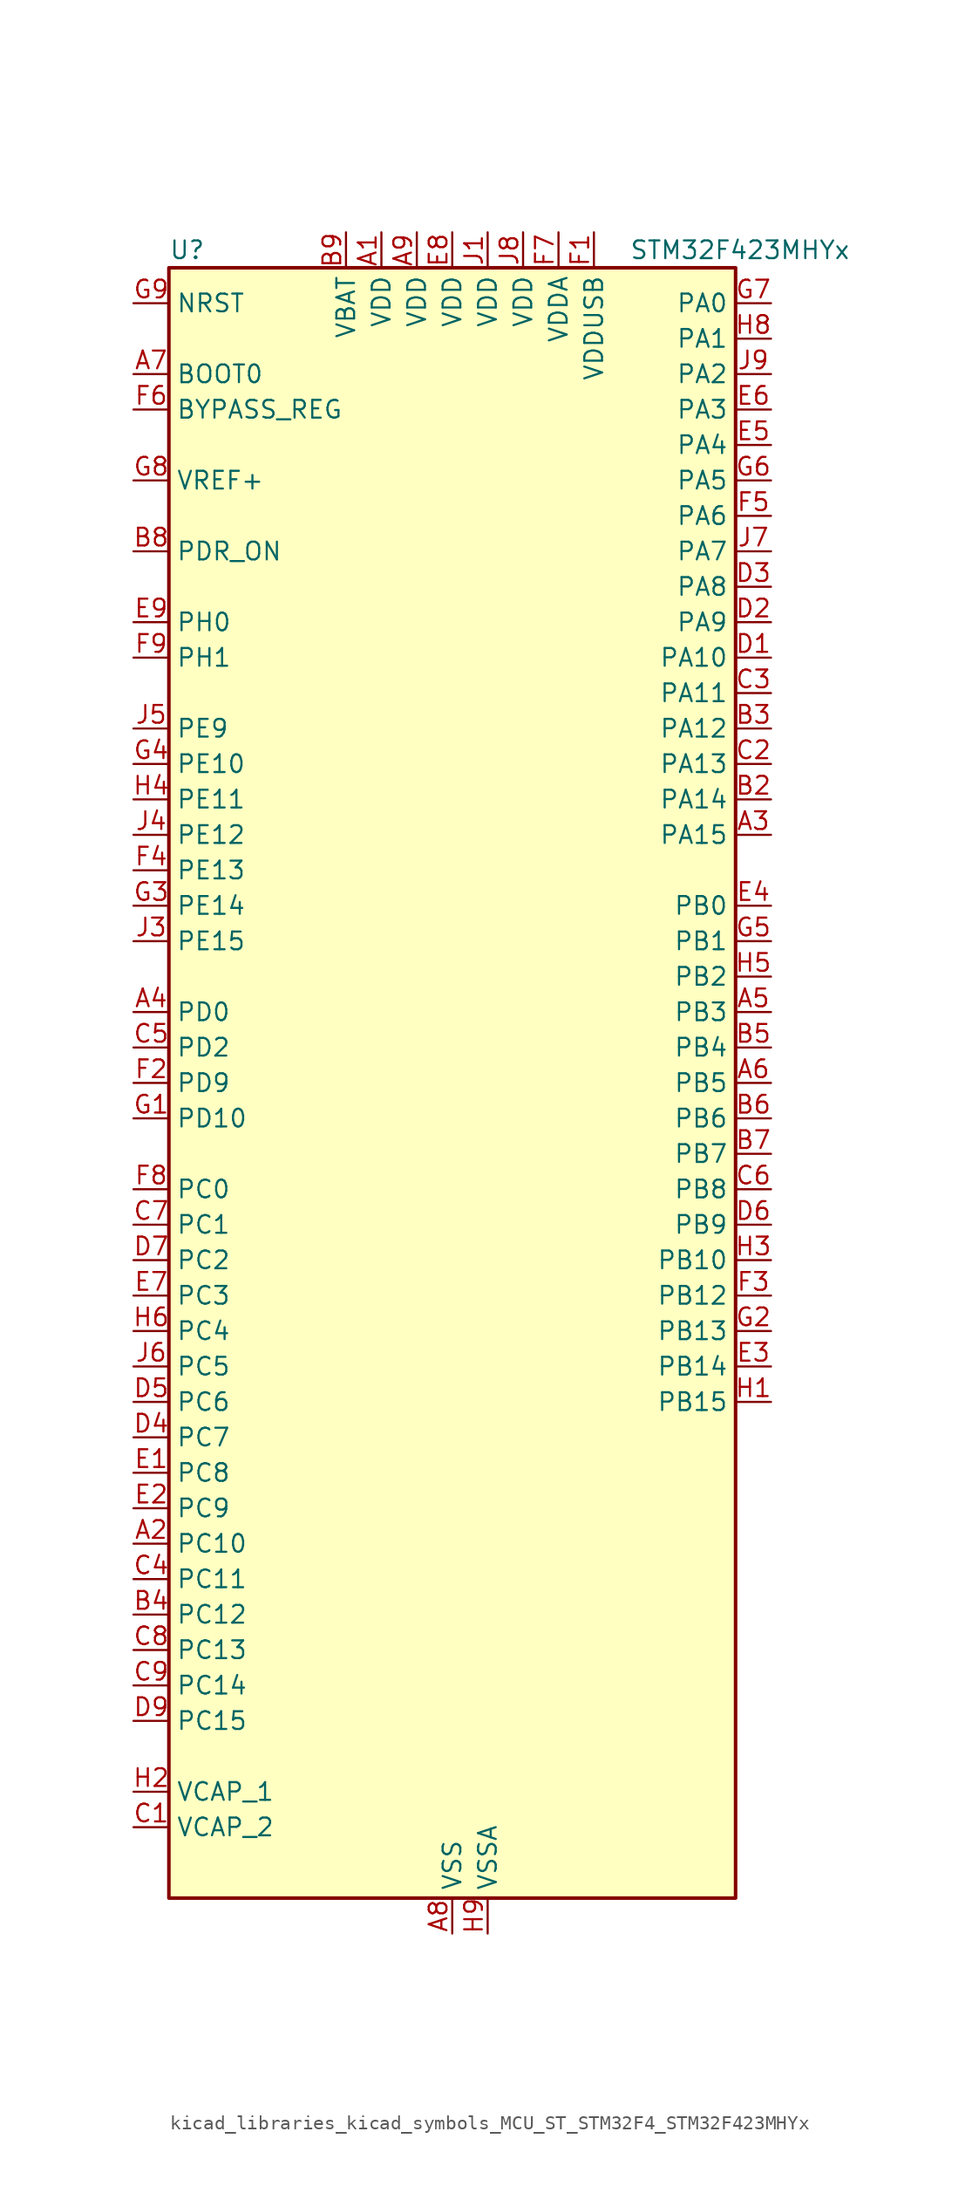
<source format=kicad_sym>
(kicad_symbol_lib
  (version 20220914)
  (generator kicad_symbol_editor)
  (symbol "kicad_libraries_kicad_symbols_MCU_ST_STM32F4_STM32F423MHYx"
    (property "Reference" "U"
      (at -20.32 59.69 0)
      (effects (font (size 1.27 1.27)) (justify left)))
    (property "Value" "STM32F423MHYx"
      (at 12.7 59.69 0)
      (effects (font (size 1.27 1.27)) (justify left)))
    (property "ki_locked" ""
      (at 0 0 0)
      (effects (font (size 1.27 1.27))))
    (symbol "kicad_libraries_kicad_symbols_MCU_ST_STM32F4_STM32F423MHYx_0_1"
      (rectangle (start -20.32 -58.42) (end 20.32 58.42) (stroke (width 0.254) (type default)) (fill (type background))))
    (symbol "kicad_libraries_kicad_symbols_MCU_ST_STM32F4_STM32F423MHYx_1_1"
      (pin power_in line (at -5.08 60.96 270) (length 2.54) (name "VDD" (effects (font (size 1.27 1.27)))) (number "A1" (effects (font (size 1.27 1.27)))))
      (pin bidirectional line (at -22.86 -33.02 0) (length 2.54) (name "PC10" (effects (font (size 1.27 1.27)))) (number "A2" (effects (font (size 1.27 1.27)))) (alternate "DFSDM2_CKIN5" bidirectional line) (alternate "I2S3_CK" bidirectional line) (alternate "QUADSPI_BK1_IO1" bidirectional line) (alternate "SDIO_D2" bidirectional line) (alternate "SPI3_SCK" bidirectional line) (alternate "USART3_TX" bidirectional line))
      (pin bidirectional line (at 22.86 17.78 180) (length 2.54) (name "PA15" (effects (font (size 1.27 1.27)))) (number "A3" (effects (font (size 1.27 1.27)))) (alternate "ADC1_EXTI15" bidirectional line) (alternate "CAN3_TX" bidirectional line) (alternate "I2S1_WS" bidirectional line) (alternate "I2S3_WS" bidirectional line) (alternate "SAI1_MCLK_A" bidirectional line) (alternate "SPI1_NSS" bidirectional line) (alternate "SPI3_NSS" bidirectional line) (alternate "SYS_JTDI" bidirectional line) (alternate "TIM2_CH1" bidirectional line) (alternate "TIM2_ETR" bidirectional line) (alternate "UART7_TX" bidirectional line) (alternate "USART1_TX" bidirectional line))
      (pin bidirectional line (at -22.86 5.08 0) (length 2.54) (name "PD0" (effects (font (size 1.27 1.27)))) (number "A4" (effects (font (size 1.27 1.27)))) (alternate "CAN1_RX" bidirectional line) (alternate "DFSDM2_CKIN6" bidirectional line) (alternate "FSMC_D2" bidirectional line) (alternate "FSMC_DA2" bidirectional line) (alternate "UART4_RX" bidirectional line))
      (pin bidirectional line (at 22.86 5.08 180) (length 2.54) (name "PB3" (effects (font (size 1.27 1.27)))) (number "A5" (effects (font (size 1.27 1.27)))) (alternate "CAN3_RX" bidirectional line) (alternate "FMPI2C1_SDA" bidirectional line) (alternate "I2C2_SDA" bidirectional line) (alternate "I2S1_CK" bidirectional line) (alternate "I2S3_CK" bidirectional line) (alternate "SAI1_SD_A" bidirectional line) (alternate "SPI1_SCK" bidirectional line) (alternate "SPI3_SCK" bidirectional line) (alternate "SYS_JTDO-SWO" bidirectional line) (alternate "TIM2_CH2" bidirectional line) (alternate "UART7_RX" bidirectional line) (alternate "USART1_RX" bidirectional line))
      (pin bidirectional line (at 22.86 0 180) (length 2.54) (name "PB5" (effects (font (size 1.27 1.27)))) (number "A6" (effects (font (size 1.27 1.27)))) (alternate "CAN2_RX" bidirectional line) (alternate "I2C1_SMBA" bidirectional line) (alternate "I2S1_SD" bidirectional line) (alternate "I2S3_SD" bidirectional line) (alternate "LPTIM1_IN1" bidirectional line) (alternate "SAI1_FS_A" bidirectional line) (alternate "SDIO_D3" bidirectional line) (alternate "SPI1_MOSI" bidirectional line) (alternate "SPI3_MOSI" bidirectional line) (alternate "TIM3_CH2" bidirectional line) (alternate "UART5_RX" bidirectional line))
      (pin input line (at -22.86 50.8 0) (length 2.54) (name "BOOT0" (effects (font (size 1.27 1.27)))) (number "A7" (effects (font (size 1.27 1.27)))))
      (pin power_in line (at 0 -60.96 90) (length 2.54) (name "VSS" (effects (font (size 1.27 1.27)))) (number "A8" (effects (font (size 1.27 1.27)))))
      (pin power_in line (at -2.54 60.96 270) (length 2.54) (name "VDD" (effects (font (size 1.27 1.27)))) (number "A9" (effects (font (size 1.27 1.27)))))
      (pin passive line (at 0 -60.96 90) (length 2.54) hide (name "VSS" (effects (font (size 1.27 1.27)))) (number "B1" (effects (font (size 1.27 1.27)))))
      (pin bidirectional line (at 22.86 20.32 180) (length 2.54) (name "PA14" (effects (font (size 1.27 1.27)))) (number "B2" (effects (font (size 1.27 1.27)))) (alternate "SYS_JTCK-SWCLK" bidirectional line))
      (pin bidirectional line (at 22.86 25.4 180) (length 2.54) (name "PA12" (effects (font (size 1.27 1.27)))) (number "B3" (effects (font (size 1.27 1.27)))) (alternate "CAN1_TX" bidirectional line) (alternate "DFSDM2_DATIN5" bidirectional line) (alternate "SPI2_MISO" bidirectional line) (alternate "SPI5_MISO" bidirectional line) (alternate "TIM1_ETR" bidirectional line) (alternate "UART4_TX" bidirectional line) (alternate "USART1_RTS" bidirectional line) (alternate "USART6_RX" bidirectional line) (alternate "USB_OTG_FS_DP" bidirectional line))
      (pin bidirectional line (at -22.86 -38.1 0) (length 2.54) (name "PC12" (effects (font (size 1.27 1.27)))) (number "B4" (effects (font (size 1.27 1.27)))) (alternate "FSMC_D3" bidirectional line) (alternate "FSMC_DA3" bidirectional line) (alternate "I2S3_SD" bidirectional line) (alternate "SDIO_CK" bidirectional line) (alternate "SPI3_MOSI" bidirectional line) (alternate "UART5_TX" bidirectional line) (alternate "USART3_CK" bidirectional line))
      (pin bidirectional line (at 22.86 2.54 180) (length 2.54) (name "PB4" (effects (font (size 1.27 1.27)))) (number "B5" (effects (font (size 1.27 1.27)))) (alternate "CAN3_TX" bidirectional line) (alternate "I2C3_SDA" bidirectional line) (alternate "I2S3_ext_SD" bidirectional line) (alternate "SAI1_SCK_A" bidirectional line) (alternate "SDIO_D0" bidirectional line) (alternate "SPI1_MISO" bidirectional line) (alternate "SPI3_MISO" bidirectional line) (alternate "SYS_JTRST" bidirectional line) (alternate "TIM3_CH1" bidirectional line) (alternate "UART7_TX" bidirectional line))
      (pin bidirectional line (at 22.86 -2.54 180) (length 2.54) (name "PB6" (effects (font (size 1.27 1.27)))) (number "B6" (effects (font (size 1.27 1.27)))) (alternate "CAN2_TX" bidirectional line) (alternate "DFSDM2_CKIN7" bidirectional line) (alternate "I2C1_SCL" bidirectional line) (alternate "LPTIM1_ETR" bidirectional line) (alternate "QUADSPI_BK1_NCS" bidirectional line) (alternate "SDIO_D0" bidirectional line) (alternate "TIM4_CH1" bidirectional line) (alternate "UART5_TX" bidirectional line) (alternate "USART1_TX" bidirectional line))
      (pin bidirectional line (at 22.86 -5.08 180) (length 2.54) (name "PB7" (effects (font (size 1.27 1.27)))) (number "B7" (effects (font (size 1.27 1.27)))) (alternate "DFSDM2_DATIN7" bidirectional line) (alternate "FSMC_NL" bidirectional line) (alternate "I2C1_SDA" bidirectional line) (alternate "LPTIM1_IN2" bidirectional line) (alternate "TIM4_CH2" bidirectional line) (alternate "USART1_RX" bidirectional line))
      (pin input line (at -22.86 38.1 0) (length 2.54) (name "PDR_ON" (effects (font (size 1.27 1.27)))) (number "B8" (effects (font (size 1.27 1.27)))))
      (pin power_in line (at -7.62 60.96 270) (length 2.54) (name "VBAT" (effects (font (size 1.27 1.27)))) (number "B9" (effects (font (size 1.27 1.27)))))
      (pin power_out line (at -22.86 -53.34 0) (length 2.54) (name "VCAP_2" (effects (font (size 1.27 1.27)))) (number "C1" (effects (font (size 1.27 1.27)))))
      (pin bidirectional line (at 22.86 22.86 180) (length 2.54) (name "PA13" (effects (font (size 1.27 1.27)))) (number "C2" (effects (font (size 1.27 1.27)))) (alternate "SYS_JTMS-SWDIO" bidirectional line))
      (pin bidirectional line (at 22.86 27.94 180) (length 2.54) (name "PA11" (effects (font (size 1.27 1.27)))) (number "C3" (effects (font (size 1.27 1.27)))) (alternate "ADC1_EXTI11" bidirectional line) (alternate "CAN1_RX" bidirectional line) (alternate "DFSDM2_CKIN5" bidirectional line) (alternate "I2S2_WS" bidirectional line) (alternate "SPI2_NSS" bidirectional line) (alternate "SPI4_MISO" bidirectional line) (alternate "TIM1_CH4" bidirectional line) (alternate "UART4_RX" bidirectional line) (alternate "USART1_CTS" bidirectional line) (alternate "USART6_TX" bidirectional line) (alternate "USB_OTG_FS_DM" bidirectional line))
      (pin bidirectional line (at -22.86 -35.56 0) (length 2.54) (name "PC11" (effects (font (size 1.27 1.27)))) (number "C4" (effects (font (size 1.27 1.27)))) (alternate "ADC1_EXTI11" bidirectional line) (alternate "DFSDM2_DATIN5" bidirectional line) (alternate "FSMC_D2" bidirectional line) (alternate "FSMC_DA2" bidirectional line) (alternate "I2S3_ext_SD" bidirectional line) (alternate "QUADSPI_BK2_NCS" bidirectional line) (alternate "SDIO_D3" bidirectional line) (alternate "SPI3_MISO" bidirectional line) (alternate "UART4_RX" bidirectional line) (alternate "USART3_RX" bidirectional line))
      (pin bidirectional line (at -22.86 2.54 0) (length 2.54) (name "PD2" (effects (font (size 1.27 1.27)))) (number "C5" (effects (font (size 1.27 1.27)))) (alternate "DFSDM2_CKOUT" bidirectional line) (alternate "FSMC_NWE" bidirectional line) (alternate "SDIO_CMD" bidirectional line) (alternate "TIM3_ETR" bidirectional line) (alternate "UART5_RX" bidirectional line))
      (pin bidirectional line (at 22.86 -7.62 180) (length 2.54) (name "PB8" (effects (font (size 1.27 1.27)))) (number "C6" (effects (font (size 1.27 1.27)))) (alternate "CAN1_RX" bidirectional line) (alternate "DFSDM2_CKIN1" bidirectional line) (alternate "I2C1_SCL" bidirectional line) (alternate "I2C3_SDA" bidirectional line) (alternate "I2S5_SD" bidirectional line) (alternate "LPTIM1_OUT" bidirectional line) (alternate "SDIO_D4" bidirectional line) (alternate "SPI5_MOSI" bidirectional line) (alternate "TIM10_CH1" bidirectional line) (alternate "TIM4_CH3" bidirectional line) (alternate "UART5_RX" bidirectional line))
      (pin bidirectional line (at -22.86 -10.16 0) (length 2.54) (name "PC1" (effects (font (size 1.27 1.27)))) (number "C7" (effects (font (size 1.27 1.27)))) (alternate "ADC1_IN11" bidirectional line) (alternate "DFSDM2_DATIN4" bidirectional line) (alternate "LPTIM1_OUT" bidirectional line) (alternate "SAI1_SD_B" bidirectional line) (alternate "SYS_WKUP3" bidirectional line))
      (pin bidirectional line (at -22.86 -40.64 0) (length 2.54) (name "PC13" (effects (font (size 1.27 1.27)))) (number "C8" (effects (font (size 1.27 1.27)))) (alternate "RTC_AF1" bidirectional line))
      (pin bidirectional line (at -22.86 -43.18 0) (length 2.54) (name "PC14" (effects (font (size 1.27 1.27)))) (number "C9" (effects (font (size 1.27 1.27)))) (alternate "RCC_OSC32_IN" bidirectional line))
      (pin bidirectional line (at 22.86 30.48 180) (length 2.54) (name "PA10" (effects (font (size 1.27 1.27)))) (number "D1" (effects (font (size 1.27 1.27)))) (alternate "DFSDM2_DATIN3" bidirectional line) (alternate "I2S2_SD" bidirectional line) (alternate "I2S5_SD" bidirectional line) (alternate "SPI2_MOSI" bidirectional line) (alternate "SPI5_MOSI" bidirectional line) (alternate "TIM1_CH3" bidirectional line) (alternate "USART1_RX" bidirectional line) (alternate "USB_OTG_FS_ID" bidirectional line))
      (pin bidirectional line (at 22.86 33.02 180) (length 2.54) (name "PA9" (effects (font (size 1.27 1.27)))) (number "D2" (effects (font (size 1.27 1.27)))) (alternate "DAC_EXTI9" bidirectional line) (alternate "DFSDM2_CKIN3" bidirectional line) (alternate "I2C3_SMBA" bidirectional line) (alternate "I2S2_CK" bidirectional line) (alternate "SDIO_D2" bidirectional line) (alternate "SPI2_SCK" bidirectional line) (alternate "TIM1_CH2" bidirectional line) (alternate "USART1_TX" bidirectional line) (alternate "USB_OTG_FS_VBUS" bidirectional line))
      (pin bidirectional line (at 22.86 35.56 180) (length 2.54) (name "PA8" (effects (font (size 1.27 1.27)))) (number "D3" (effects (font (size 1.27 1.27)))) (alternate "CAN3_RX" bidirectional line) (alternate "DFSDM1_CKOUT" bidirectional line) (alternate "I2C3_SCL" bidirectional line) (alternate "RCC_MCO_1" bidirectional line) (alternate "SDIO_D1" bidirectional line) (alternate "TIM1_CH1" bidirectional line) (alternate "UART7_RX" bidirectional line) (alternate "USART1_CK" bidirectional line) (alternate "USB_OTG_FS_SOF" bidirectional line))
      (pin bidirectional line (at -22.86 -25.4 0) (length 2.54) (name "PC7" (effects (font (size 1.27 1.27)))) (number "D4" (effects (font (size 1.27 1.27)))) (alternate "DFSDM1_DATIN3" bidirectional line) (alternate "DFSDM2_CKIN6" bidirectional line) (alternate "FMPI2C1_SDA" bidirectional line) (alternate "I2S2_CK" bidirectional line) (alternate "I2S3_MCK" bidirectional line) (alternate "SDIO_D7" bidirectional line) (alternate "SPI2_SCK" bidirectional line) (alternate "TIM3_CH2" bidirectional line) (alternate "TIM8_CH2" bidirectional line) (alternate "USART6_RX" bidirectional line))
      (pin bidirectional line (at -22.86 -22.86 0) (length 2.54) (name "PC6" (effects (font (size 1.27 1.27)))) (number "D5" (effects (font (size 1.27 1.27)))) (alternate "DFSDM1_CKIN3" bidirectional line) (alternate "DFSDM2_DATIN6" bidirectional line) (alternate "FMPI2C1_SCL" bidirectional line) (alternate "FSMC_D1" bidirectional line) (alternate "FSMC_DA1" bidirectional line) (alternate "I2S2_MCK" bidirectional line) (alternate "SDIO_D6" bidirectional line) (alternate "TIM3_CH1" bidirectional line) (alternate "TIM8_CH1" bidirectional line) (alternate "USART6_TX" bidirectional line))
      (pin bidirectional line (at 22.86 -10.16 180) (length 2.54) (name "PB9" (effects (font (size 1.27 1.27)))) (number "D6" (effects (font (size 1.27 1.27)))) (alternate "CAN1_TX" bidirectional line) (alternate "DAC_EXTI9" bidirectional line) (alternate "DFSDM2_DATIN1" bidirectional line) (alternate "I2C1_SDA" bidirectional line) (alternate "I2C2_SDA" bidirectional line) (alternate "I2S2_WS" bidirectional line) (alternate "SDIO_D5" bidirectional line) (alternate "SPI2_NSS" bidirectional line) (alternate "TIM11_CH1" bidirectional line) (alternate "TIM4_CH4" bidirectional line) (alternate "UART5_TX" bidirectional line))
      (pin bidirectional line (at -22.86 -12.7 0) (length 2.54) (name "PC2" (effects (font (size 1.27 1.27)))) (number "D7" (effects (font (size 1.27 1.27)))) (alternate "ADC1_IN12" bidirectional line) (alternate "DFSDM1_CKOUT" bidirectional line) (alternate "DFSDM2_DATIN7" bidirectional line) (alternate "FSMC_NWE" bidirectional line) (alternate "I2S2_ext_SD" bidirectional line) (alternate "LPTIM1_IN2" bidirectional line) (alternate "SAI1_SCK_B" bidirectional line) (alternate "SPI2_MISO" bidirectional line))
      (pin passive line (at 0 -60.96 90) (length 2.54) hide (name "VSS" (effects (font (size 1.27 1.27)))) (number "D8" (effects (font (size 1.27 1.27)))))
      (pin bidirectional line (at -22.86 -45.72 0) (length 2.54) (name "PC15" (effects (font (size 1.27 1.27)))) (number "D9" (effects (font (size 1.27 1.27)))) (alternate "ADC1_EXTI15" bidirectional line) (alternate "RCC_OSC32_OUT" bidirectional line))
      (pin bidirectional line (at -22.86 -27.94 0) (length 2.54) (name "PC8" (effects (font (size 1.27 1.27)))) (number "E1" (effects (font (size 1.27 1.27)))) (alternate "DFSDM2_CKIN3" bidirectional line) (alternate "QUADSPI_BK1_IO2" bidirectional line) (alternate "SDIO_D0" bidirectional line) (alternate "TIM3_CH3" bidirectional line) (alternate "TIM8_CH3" bidirectional line) (alternate "USART6_CK" bidirectional line))
      (pin bidirectional line (at -22.86 -30.48 0) (length 2.54) (name "PC9" (effects (font (size 1.27 1.27)))) (number "E2" (effects (font (size 1.27 1.27)))) (alternate "DAC_EXTI9" bidirectional line) (alternate "DFSDM2_DATIN3" bidirectional line) (alternate "I2C3_SDA" bidirectional line) (alternate "I2S_CKIN" bidirectional line) (alternate "QUADSPI_BK1_IO0" bidirectional line) (alternate "RCC_MCO_2" bidirectional line) (alternate "SDIO_D1" bidirectional line) (alternate "TIM3_CH4" bidirectional line) (alternate "TIM8_CH4" bidirectional line))
      (pin bidirectional line (at 22.86 -20.32 180) (length 2.54) (name "PB14" (effects (font (size 1.27 1.27)))) (number "E3" (effects (font (size 1.27 1.27)))) (alternate "DFSDM1_DATIN2" bidirectional line) (alternate "FMPI2C1_SDA" bidirectional line) (alternate "FSMC_D0" bidirectional line) (alternate "FSMC_DA0" bidirectional line) (alternate "I2S2_ext_SD" bidirectional line) (alternate "SDIO_D6" bidirectional line) (alternate "SPI2_MISO" bidirectional line) (alternate "TIM12_CH1" bidirectional line) (alternate "TIM1_CH2N" bidirectional line) (alternate "TIM8_CH2N" bidirectional line) (alternate "USART3_RTS" bidirectional line))
      (pin bidirectional line (at 22.86 12.7 180) (length 2.54) (name "PB0" (effects (font (size 1.27 1.27)))) (number "E4" (effects (font (size 1.27 1.27)))) (alternate "ADC1_IN8" bidirectional line) (alternate "I2S5_CK" bidirectional line) (alternate "SPI5_SCK" bidirectional line) (alternate "TIM1_CH2N" bidirectional line) (alternate "TIM3_CH3" bidirectional line) (alternate "TIM8_CH2N" bidirectional line))
      (pin bidirectional line (at 22.86 45.72 180) (length 2.54) (name "PA4" (effects (font (size 1.27 1.27)))) (number "E5" (effects (font (size 1.27 1.27)))) (alternate "ADC1_IN4" bidirectional line) (alternate "DAC_OUT1" bidirectional line) (alternate "DFSDM1_DATIN1" bidirectional line) (alternate "FSMC_D6" bidirectional line) (alternate "FSMC_DA6" bidirectional line) (alternate "I2S1_WS" bidirectional line) (alternate "I2S3_WS" bidirectional line) (alternate "SPI1_NSS" bidirectional line) (alternate "SPI3_NSS" bidirectional line) (alternate "USART2_CK" bidirectional line))
      (pin bidirectional line (at 22.86 48.26 180) (length 2.54) (name "PA3" (effects (font (size 1.27 1.27)))) (number "E6" (effects (font (size 1.27 1.27)))) (alternate "ADC1_IN3" bidirectional line) (alternate "FSMC_D5" bidirectional line) (alternate "FSMC_DA5" bidirectional line) (alternate "I2S2_MCK" bidirectional line) (alternate "SAI1_SD_B" bidirectional line) (alternate "TIM2_CH4" bidirectional line) (alternate "TIM5_CH4" bidirectional line) (alternate "TIM9_CH2" bidirectional line) (alternate "USART2_RX" bidirectional line))
      (pin bidirectional line (at -22.86 -15.24 0) (length 2.54) (name "PC3" (effects (font (size 1.27 1.27)))) (number "E7" (effects (font (size 1.27 1.27)))) (alternate "ADC1_IN13" bidirectional line) (alternate "DFSDM2_CKIN7" bidirectional line) (alternate "FSMC_A0" bidirectional line) (alternate "I2S2_SD" bidirectional line) (alternate "LPTIM1_ETR" bidirectional line) (alternate "SAI1_FS_B" bidirectional line) (alternate "SPI2_MOSI" bidirectional line))
      (pin power_in line (at 0 60.96 270) (length 2.54) (name "VDD" (effects (font (size 1.27 1.27)))) (number "E8" (effects (font (size 1.27 1.27)))))
      (pin bidirectional line (at -22.86 33.02 0) (length 2.54) (name "PH0" (effects (font (size 1.27 1.27)))) (number "E9" (effects (font (size 1.27 1.27)))) (alternate "RCC_OSC_IN" bidirectional line))
      (pin power_in line (at 10.16 60.96 270) (length 2.54) (name "VDDUSB" (effects (font (size 1.27 1.27)))) (number "F1" (effects (font (size 1.27 1.27)))))
      (pin bidirectional line (at -22.86 0 0) (length 2.54) (name "PD9" (effects (font (size 1.27 1.27)))) (number "F2" (effects (font (size 1.27 1.27)))) (alternate "DAC_EXTI9" bidirectional line) (alternate "FSMC_D14" bidirectional line) (alternate "FSMC_DA14" bidirectional line) (alternate "USART3_RX" bidirectional line))
      (pin bidirectional line (at 22.86 -15.24 180) (length 2.54) (name "PB12" (effects (font (size 1.27 1.27)))) (number "F3" (effects (font (size 1.27 1.27)))) (alternate "CAN2_RX" bidirectional line) (alternate "DFSDM1_DATIN1" bidirectional line) (alternate "FSMC_D13" bidirectional line) (alternate "FSMC_DA13" bidirectional line) (alternate "I2C2_SMBA" bidirectional line) (alternate "I2S2_WS" bidirectional line) (alternate "I2S3_CK" bidirectional line) (alternate "I2S4_WS" bidirectional line) (alternate "SPI2_NSS" bidirectional line) (alternate "SPI3_SCK" bidirectional line) (alternate "SPI4_NSS" bidirectional line) (alternate "TIM1_BKIN" bidirectional line) (alternate "UART5_RX" bidirectional line) (alternate "USART3_CK" bidirectional line))
      (pin bidirectional line (at -22.86 15.24 0) (length 2.54) (name "PE13" (effects (font (size 1.27 1.27)))) (number "F4" (effects (font (size 1.27 1.27)))) (alternate "DFSDM2_CKIN7" bidirectional line) (alternate "FSMC_D10" bidirectional line) (alternate "FSMC_DA10" bidirectional line) (alternate "SPI4_MISO" bidirectional line) (alternate "SPI5_MISO" bidirectional line) (alternate "TIM1_CH3" bidirectional line))
      (pin bidirectional line (at 22.86 40.64 180) (length 2.54) (name "PA6" (effects (font (size 1.27 1.27)))) (number "F5" (effects (font (size 1.27 1.27)))) (alternate "ADC1_IN6" bidirectional line) (alternate "DFSDM2_CKIN1" bidirectional line) (alternate "I2S2_MCK" bidirectional line) (alternate "QUADSPI_BK2_IO0" bidirectional line) (alternate "SDIO_CMD" bidirectional line) (alternate "SPI1_MISO" bidirectional line) (alternate "TIM13_CH1" bidirectional line) (alternate "TIM1_BKIN" bidirectional line) (alternate "TIM3_CH1" bidirectional line) (alternate "TIM8_BKIN" bidirectional line))
      (pin input line (at -22.86 48.26 0) (length 2.54) (name "BYPASS_REG" (effects (font (size 1.27 1.27)))) (number "F6" (effects (font (size 1.27 1.27)))))
      (pin power_in line (at 7.62 60.96 270) (length 2.54) (name "VDDA" (effects (font (size 1.27 1.27)))) (number "F7" (effects (font (size 1.27 1.27)))))
      (pin bidirectional line (at -22.86 -7.62 0) (length 2.54) (name "PC0" (effects (font (size 1.27 1.27)))) (number "F8" (effects (font (size 1.27 1.27)))) (alternate "ADC1_IN10" bidirectional line) (alternate "DFSDM2_CKIN4" bidirectional line) (alternate "LPTIM1_IN1" bidirectional line) (alternate "SAI1_MCLK_B" bidirectional line) (alternate "SYS_WKUP2" bidirectional line))
      (pin bidirectional line (at -22.86 30.48 0) (length 2.54) (name "PH1" (effects (font (size 1.27 1.27)))) (number "F9" (effects (font (size 1.27 1.27)))) (alternate "RCC_OSC_OUT" bidirectional line))
      (pin bidirectional line (at -22.86 -2.54 0) (length 2.54) (name "PD10" (effects (font (size 1.27 1.27)))) (number "G1" (effects (font (size 1.27 1.27)))) (alternate "FSMC_D15" bidirectional line) (alternate "FSMC_DA15" bidirectional line) (alternate "UART4_TX" bidirectional line) (alternate "USART3_CK" bidirectional line))
      (pin bidirectional line (at 22.86 -17.78 180) (length 2.54) (name "PB13" (effects (font (size 1.27 1.27)))) (number "G2" (effects (font (size 1.27 1.27)))) (alternate "CAN2_TX" bidirectional line) (alternate "DFSDM1_CKIN1" bidirectional line) (alternate "FMPI2C1_SMBA" bidirectional line) (alternate "I2S2_CK" bidirectional line) (alternate "I2S4_CK" bidirectional line) (alternate "SPI2_SCK" bidirectional line) (alternate "SPI4_SCK" bidirectional line) (alternate "TIM1_CH1N" bidirectional line) (alternate "UART5_TX" bidirectional line) (alternate "USART3_CTS" bidirectional line))
      (pin bidirectional line (at -22.86 12.7 0) (length 2.54) (name "PE14" (effects (font (size 1.27 1.27)))) (number "G3" (effects (font (size 1.27 1.27)))) (alternate "DFSDM2_DATIN1" bidirectional line) (alternate "FSMC_D11" bidirectional line) (alternate "FSMC_DA11" bidirectional line) (alternate "I2S4_SD" bidirectional line) (alternate "I2S5_SD" bidirectional line) (alternate "SPI4_MOSI" bidirectional line) (alternate "SPI5_MOSI" bidirectional line) (alternate "TIM1_CH4" bidirectional line))
      (pin bidirectional line (at -22.86 22.86 0) (length 2.54) (name "PE10" (effects (font (size 1.27 1.27)))) (number "G4" (effects (font (size 1.27 1.27)))) (alternate "DFSDM2_DATIN0" bidirectional line) (alternate "FSMC_D7" bidirectional line) (alternate "FSMC_DA7" bidirectional line) (alternate "QUADSPI_BK2_IO3" bidirectional line) (alternate "TIM1_CH2N" bidirectional line))
      (pin bidirectional line (at 22.86 10.16 180) (length 2.54) (name "PB1" (effects (font (size 1.27 1.27)))) (number "G5" (effects (font (size 1.27 1.27)))) (alternate "ADC1_IN9" bidirectional line) (alternate "DFSDM1_DATIN0" bidirectional line) (alternate "I2S5_WS" bidirectional line) (alternate "QUADSPI_CLK" bidirectional line) (alternate "SPI5_NSS" bidirectional line) (alternate "TIM1_CH3N" bidirectional line) (alternate "TIM3_CH4" bidirectional line) (alternate "TIM8_CH3N" bidirectional line))
      (pin bidirectional line (at 22.86 43.18 180) (length 2.54) (name "PA5" (effects (font (size 1.27 1.27)))) (number "G6" (effects (font (size 1.27 1.27)))) (alternate "ADC1_IN5" bidirectional line) (alternate "DAC_OUT2" bidirectional line) (alternate "DFSDM1_CKIN1" bidirectional line) (alternate "FSMC_D7" bidirectional line) (alternate "FSMC_DA7" bidirectional line) (alternate "I2S1_CK" bidirectional line) (alternate "SPI1_SCK" bidirectional line) (alternate "TIM2_CH1" bidirectional line) (alternate "TIM2_ETR" bidirectional line) (alternate "TIM8_CH1N" bidirectional line))
      (pin bidirectional line (at 22.86 55.88 180) (length 2.54) (name "PA0" (effects (font (size 1.27 1.27)))) (number "G7" (effects (font (size 1.27 1.27)))) (alternate "ADC1_IN0" bidirectional line) (alternate "SYS_WKUP1" bidirectional line) (alternate "TIM2_CH1" bidirectional line) (alternate "TIM2_ETR" bidirectional line) (alternate "TIM5_CH1" bidirectional line) (alternate "TIM8_ETR" bidirectional line) (alternate "UART4_TX" bidirectional line) (alternate "USART2_CTS" bidirectional line))
      (pin input line (at -22.86 43.18 0) (length 2.54) (name "VREF+" (effects (font (size 1.27 1.27)))) (number "G8" (effects (font (size 1.27 1.27)))))
      (pin input line (at -22.86 55.88 0) (length 2.54) (name "NRST" (effects (font (size 1.27 1.27)))) (number "G9" (effects (font (size 1.27 1.27)))))
      (pin bidirectional line (at 22.86 -22.86 180) (length 2.54) (name "PB15" (effects (font (size 1.27 1.27)))) (number "H1" (effects (font (size 1.27 1.27)))) (alternate "ADC1_EXTI15" bidirectional line) (alternate "DFSDM1_CKIN2" bidirectional line) (alternate "FMPI2C1_SCL" bidirectional line) (alternate "I2S2_SD" bidirectional line) (alternate "RTC_REFIN" bidirectional line) (alternate "SDIO_CK" bidirectional line) (alternate "SPI2_MOSI" bidirectional line) (alternate "TIM12_CH2" bidirectional line) (alternate "TIM1_CH3N" bidirectional line) (alternate "TIM8_CH3N" bidirectional line))
      (pin power_out line (at -22.86 -50.8 0) (length 2.54) (name "VCAP_1" (effects (font (size 1.27 1.27)))) (number "H2" (effects (font (size 1.27 1.27)))))
      (pin bidirectional line (at 22.86 -12.7 180) (length 2.54) (name "PB10" (effects (font (size 1.27 1.27)))) (number "H3" (effects (font (size 1.27 1.27)))) (alternate "DFSDM2_CKOUT" bidirectional line) (alternate "FMPI2C1_SCL" bidirectional line) (alternate "I2C2_SCL" bidirectional line) (alternate "I2S2_CK" bidirectional line) (alternate "I2S3_MCK" bidirectional line) (alternate "SDIO_D7" bidirectional line) (alternate "SPI2_SCK" bidirectional line) (alternate "TIM2_CH3" bidirectional line) (alternate "USART3_TX" bidirectional line))
      (pin bidirectional line (at -22.86 20.32 0) (length 2.54) (name "PE11" (effects (font (size 1.27 1.27)))) (number "H4" (effects (font (size 1.27 1.27)))) (alternate "ADC1_EXTI11" bidirectional line) (alternate "DFSDM2_CKIN0" bidirectional line) (alternate "FSMC_D8" bidirectional line) (alternate "FSMC_DA8" bidirectional line) (alternate "I2S4_WS" bidirectional line) (alternate "I2S5_WS" bidirectional line) (alternate "SPI4_NSS" bidirectional line) (alternate "SPI5_NSS" bidirectional line) (alternate "TIM1_CH2" bidirectional line))
      (pin bidirectional line (at 22.86 7.62 180) (length 2.54) (name "PB2" (effects (font (size 1.27 1.27)))) (number "H5" (effects (font (size 1.27 1.27)))) (alternate "DFSDM1_CKIN0" bidirectional line) (alternate "LPTIM1_OUT" bidirectional line) (alternate "QUADSPI_CLK" bidirectional line))
      (pin bidirectional line (at -22.86 -17.78 0) (length 2.54) (name "PC4" (effects (font (size 1.27 1.27)))) (number "H6" (effects (font (size 1.27 1.27)))) (alternate "ADC1_IN14" bidirectional line) (alternate "DFSDM2_CKIN2" bidirectional line) (alternate "FSMC_NE4" bidirectional line) (alternate "I2S1_MCK" bidirectional line) (alternate "QUADSPI_BK2_IO2" bidirectional line))
      (pin passive line (at 0 -60.96 90) (length 2.54) hide (name "VSS" (effects (font (size 1.27 1.27)))) (number "H7" (effects (font (size 1.27 1.27)))))
      (pin bidirectional line (at 22.86 53.34 180) (length 2.54) (name "PA1" (effects (font (size 1.27 1.27)))) (number "H8" (effects (font (size 1.27 1.27)))) (alternate "ADC1_IN1" bidirectional line) (alternate "I2S4_SD" bidirectional line) (alternate "QUADSPI_BK1_IO3" bidirectional line) (alternate "SPI4_MOSI" bidirectional line) (alternate "TIM2_CH2" bidirectional line) (alternate "TIM5_CH2" bidirectional line) (alternate "UART4_RX" bidirectional line) (alternate "USART2_RTS" bidirectional line))
      (pin power_in line (at 2.54 -60.96 90) (length 2.54) (name "VSSA" (effects (font (size 1.27 1.27)))) (number "H9" (effects (font (size 1.27 1.27)))))
      (pin power_in line (at 2.54 60.96 270) (length 2.54) (name "VDD" (effects (font (size 1.27 1.27)))) (number "J1" (effects (font (size 1.27 1.27)))))
      (pin passive line (at 0 -60.96 90) (length 2.54) hide (name "VSS" (effects (font (size 1.27 1.27)))) (number "J2" (effects (font (size 1.27 1.27)))))
      (pin bidirectional line (at -22.86 10.16 0) (length 2.54) (name "PE15" (effects (font (size 1.27 1.27)))) (number "J3" (effects (font (size 1.27 1.27)))) (alternate "ADC1_EXTI15" bidirectional line) (alternate "DFSDM2_CKIN1" bidirectional line) (alternate "FSMC_D12" bidirectional line) (alternate "FSMC_DA12" bidirectional line) (alternate "TIM1_BKIN" bidirectional line))
      (pin bidirectional line (at -22.86 17.78 0) (length 2.54) (name "PE12" (effects (font (size 1.27 1.27)))) (number "J4" (effects (font (size 1.27 1.27)))) (alternate "DFSDM2_DATIN7" bidirectional line) (alternate "FSMC_D9" bidirectional line) (alternate "FSMC_DA9" bidirectional line) (alternate "I2S4_CK" bidirectional line) (alternate "I2S5_CK" bidirectional line) (alternate "SPI4_SCK" bidirectional line) (alternate "SPI5_SCK" bidirectional line) (alternate "TIM1_CH3N" bidirectional line))
      (pin bidirectional line (at -22.86 25.4 0) (length 2.54) (name "PE9" (effects (font (size 1.27 1.27)))) (number "J5" (effects (font (size 1.27 1.27)))) (alternate "DAC_EXTI9" bidirectional line) (alternate "DFSDM1_CKOUT" bidirectional line) (alternate "FSMC_D6" bidirectional line) (alternate "FSMC_DA6" bidirectional line) (alternate "QUADSPI_BK2_IO2" bidirectional line) (alternate "TIM1_CH1" bidirectional line))
      (pin bidirectional line (at -22.86 -20.32 0) (length 2.54) (name "PC5" (effects (font (size 1.27 1.27)))) (number "J6" (effects (font (size 1.27 1.27)))) (alternate "ADC1_IN15" bidirectional line) (alternate "DFSDM2_DATIN2" bidirectional line) (alternate "FMPI2C1_SMBA" bidirectional line) (alternate "FSMC_NOE" bidirectional line) (alternate "QUADSPI_BK2_IO3" bidirectional line) (alternate "USART3_RX" bidirectional line))
      (pin bidirectional line (at 22.86 38.1 180) (length 2.54) (name "PA7" (effects (font (size 1.27 1.27)))) (number "J7" (effects (font (size 1.27 1.27)))) (alternate "ADC1_IN7" bidirectional line) (alternate "DFSDM2_DATIN1" bidirectional line) (alternate "I2S1_SD" bidirectional line) (alternate "QUADSPI_BK2_IO1" bidirectional line) (alternate "SPI1_MOSI" bidirectional line) (alternate "TIM14_CH1" bidirectional line) (alternate "TIM1_CH1N" bidirectional line) (alternate "TIM3_CH2" bidirectional line) (alternate "TIM8_CH1N" bidirectional line))
      (pin power_in line (at 5.08 60.96 270) (length 2.54) (name "VDD" (effects (font (size 1.27 1.27)))) (number "J8" (effects (font (size 1.27 1.27)))))
      (pin bidirectional line (at 22.86 50.8 180) (length 2.54) (name "PA2" (effects (font (size 1.27 1.27)))) (number "J9" (effects (font (size 1.27 1.27)))) (alternate "ADC1_IN2" bidirectional line) (alternate "FSMC_D4" bidirectional line) (alternate "FSMC_DA4" bidirectional line) (alternate "I2S_CKIN" bidirectional line) (alternate "TIM2_CH3" bidirectional line) (alternate "TIM5_CH3" bidirectional line) (alternate "TIM9_CH1" bidirectional line) (alternate "USART2_TX" bidirectional line)))))
</source>
